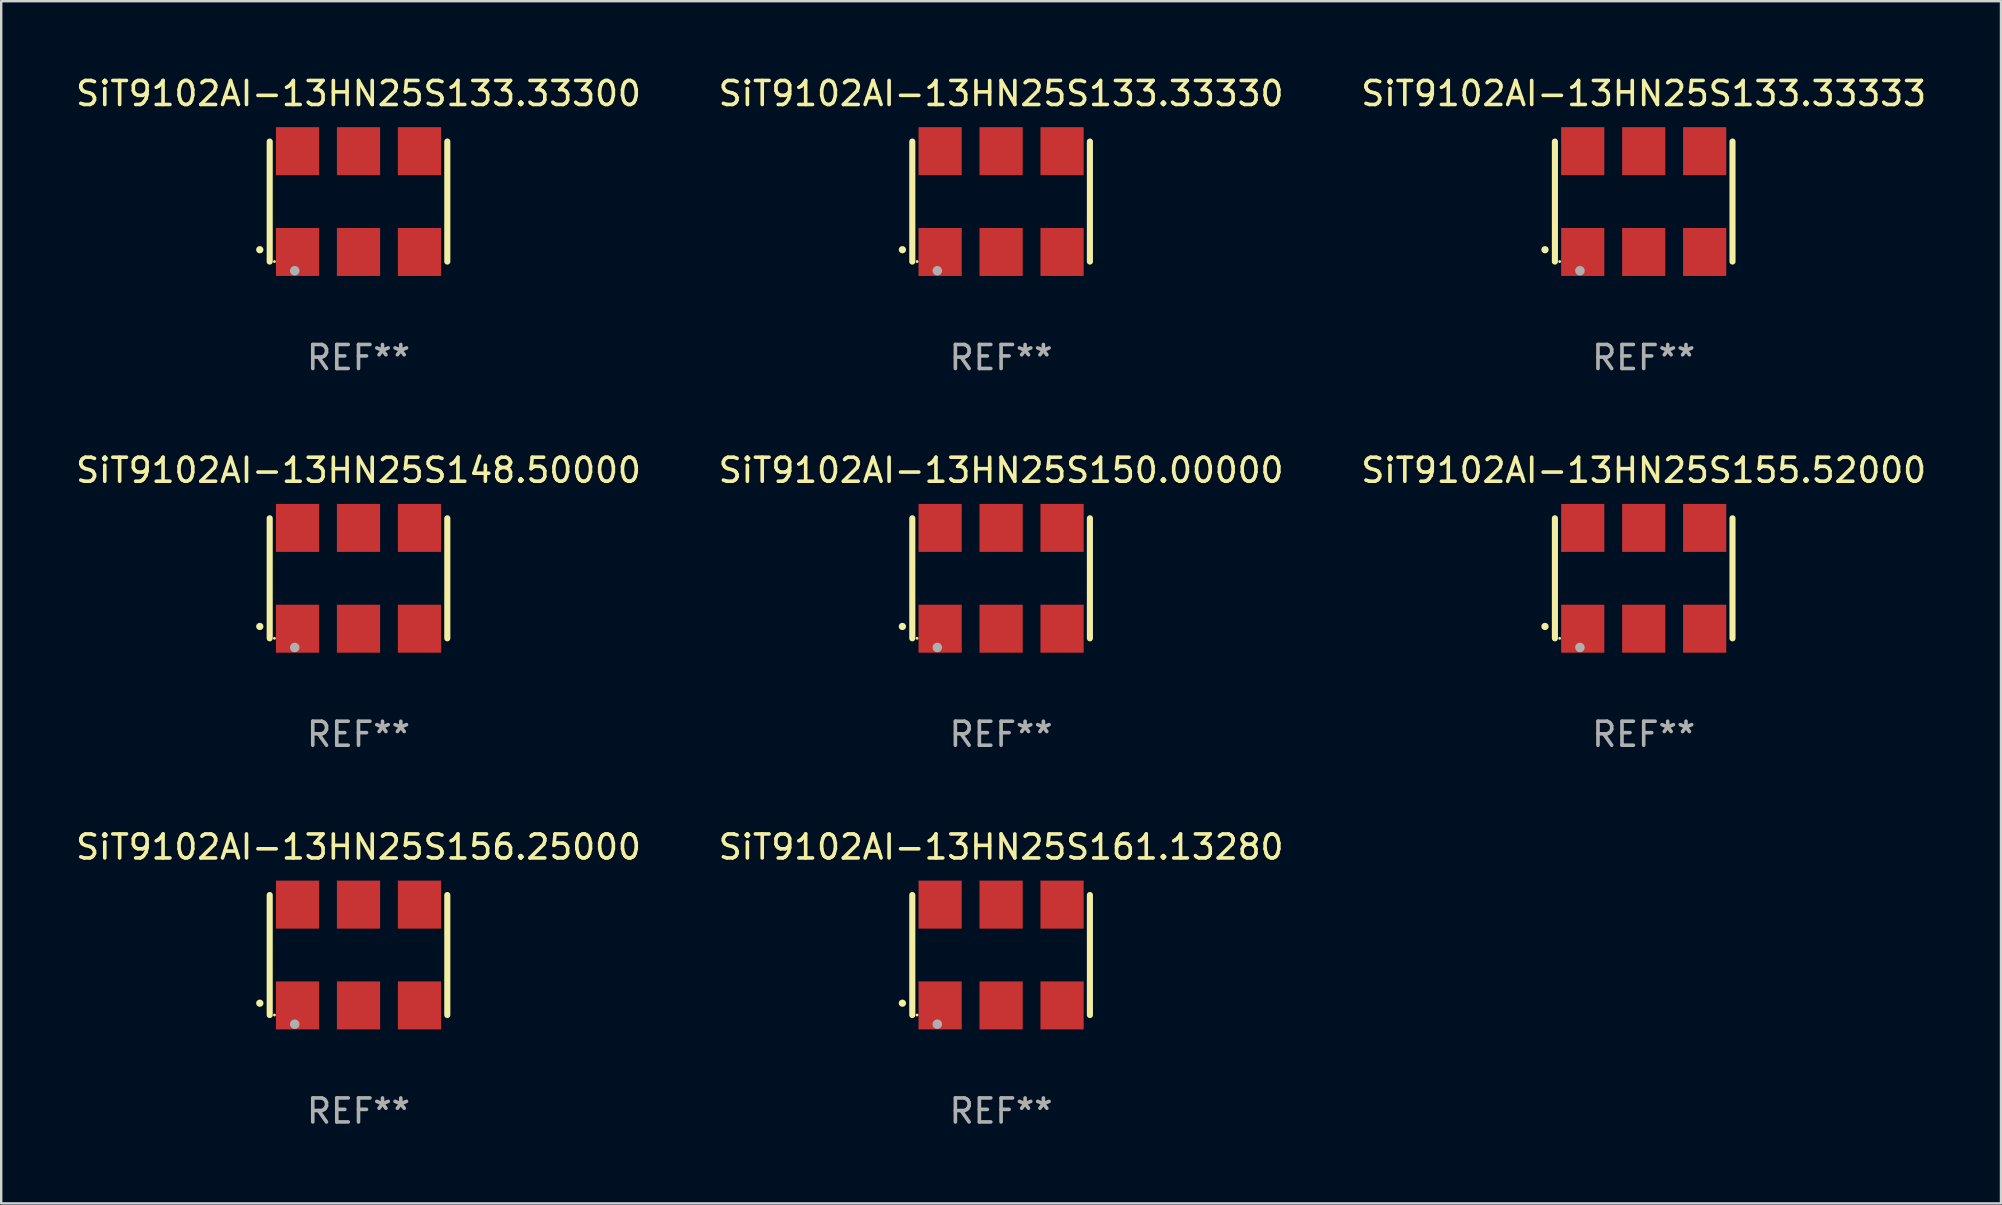
<source format=kicad_pcb>
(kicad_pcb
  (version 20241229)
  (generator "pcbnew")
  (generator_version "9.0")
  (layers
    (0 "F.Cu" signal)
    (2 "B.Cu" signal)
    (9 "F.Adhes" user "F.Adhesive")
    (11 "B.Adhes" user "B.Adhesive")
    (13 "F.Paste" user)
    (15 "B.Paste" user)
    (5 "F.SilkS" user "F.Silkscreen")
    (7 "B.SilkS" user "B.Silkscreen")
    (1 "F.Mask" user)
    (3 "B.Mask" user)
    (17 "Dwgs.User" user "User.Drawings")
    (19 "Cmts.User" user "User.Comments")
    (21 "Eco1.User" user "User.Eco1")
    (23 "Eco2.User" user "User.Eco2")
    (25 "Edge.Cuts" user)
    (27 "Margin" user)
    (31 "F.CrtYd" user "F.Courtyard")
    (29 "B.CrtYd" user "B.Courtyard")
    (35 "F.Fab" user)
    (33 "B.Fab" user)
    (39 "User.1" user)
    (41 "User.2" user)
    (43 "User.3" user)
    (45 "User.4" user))
  (footprint "SiT9102AI-13HN25S161.13280"
    (layer "F.Cu")
    (at 38.661 36.741)
    (property "Reference" "SiT9102AI-13HN25S161.13280" (at 0 -4.5 0) (layer "F.SilkS") (effects (font (size 1 1) (thickness 0.15))))
    (attr through_hole)
    (fp_line (start -3.7 -2.5) (end -3.7 2.5) (stroke (width 0.254) (type solid)) (layer "F.SilkS"))
    (fp_line (start 3.7 -2.5) (end 3.7 2.5) (stroke (width 0.254) (type solid)) (layer "F.SilkS"))
    (fp_arc (start -4.114415 2.006604) (mid -4.113145 2.006599) (end -4.111875 2.006604) (stroke (width 0.3) (type solid)) (layer "F.SilkS"))
    (fp_circle (center -3.502 2.5) (end -3.472 2.5) (stroke (width 0.06) (type solid)) (fill no) (layer "F.SilkS"))
    (fp_circle (center -2.657 2.882) (end -2.557 2.882) (stroke (width 0.2) (type solid)) (fill no) (layer "F.Fab"))
    (fp_text user "REF**" (at 0 6.5 0) (layer "F.Fab") (effects (font (size 1 1) (thickness 0.15))))
    (pad "1" smd rect (at -2.54 2.1) (size 1.8 2) (layers "F.Cu" "F.Mask" "F.Paste"))
    (pad "2" smd rect (at 0.000394 2.1) (size 1.8 2) (layers "F.Cu" "F.Mask" "F.Paste"))
    (pad "3" smd rect (at 2.54 2.1) (size 1.8 2) (layers "F.Cu" "F.Mask" "F.Paste"))
    (pad "4" smd rect (at 2.54 -2.1) (size 1.8 2) (layers "F.Cu" "F.Mask" "F.Paste"))
    (pad "5" smd rect (at 0.000394 -2.1) (size 1.8 2) (layers "F.Cu" "F.Mask" "F.Paste"))
    (pad "6" smd rect (at -2.54 -2.1) (size 1.8 2) (layers "F.Cu" "F.Mask" "F.Paste")))
  (footprint "SiT9102AI-13HN25S156.25000"
    (layer "F.Cu")
    (at 11.887 36.741)
    (property "Reference" "SiT9102AI-13HN25S156.25000" (at 0 -4.5 0) (layer "F.SilkS") (effects (font (size 1 1) (thickness 0.15))))
    (attr through_hole)
    (fp_line (start -3.7 -2.5) (end -3.7 2.5) (stroke (width 0.254) (type solid)) (layer "F.SilkS"))
    (fp_line (start 3.7 -2.5) (end 3.7 2.5) (stroke (width 0.254) (type solid)) (layer "F.SilkS"))
    (fp_arc (start -4.114415 2.006604) (mid -4.113145 2.006599) (end -4.111875 2.006604) (stroke (width 0.3) (type solid)) (layer "F.SilkS"))
    (fp_circle (center -3.502 2.5) (end -3.472 2.5) (stroke (width 0.06) (type solid)) (fill no) (layer "F.SilkS"))
    (fp_circle (center -2.657 2.882) (end -2.557 2.882) (stroke (width 0.2) (type solid)) (fill no) (layer "F.Fab"))
    (fp_text user "REF**" (at 0 6.5 0) (layer "F.Fab") (effects (font (size 1 1) (thickness 0.15))))
    (pad "1" smd rect (at -2.54 2.1) (size 1.8 2) (layers "F.Cu" "F.Mask" "F.Paste"))
    (pad "2" smd rect (at 0.000394 2.1) (size 1.8 2) (layers "F.Cu" "F.Mask" "F.Paste"))
    (pad "3" smd rect (at 2.54 2.1) (size 1.8 2) (layers "F.Cu" "F.Mask" "F.Paste"))
    (pad "4" smd rect (at 2.54 -2.1) (size 1.8 2) (layers "F.Cu" "F.Mask" "F.Paste"))
    (pad "5" smd rect (at 0.000394 -2.1) (size 1.8 2) (layers "F.Cu" "F.Mask" "F.Paste"))
    (pad "6" smd rect (at -2.54 -2.1) (size 1.8 2) (layers "F.Cu" "F.Mask" "F.Paste")))
  (footprint "SiT9102AI-13HN25S148.50000"
    (layer "F.Cu")
    (at 11.887 21.045)
    (property "Reference" "SiT9102AI-13HN25S148.50000" (at 0 -4.5 0) (layer "F.SilkS") (effects (font (size 1 1) (thickness 0.15))))
    (attr through_hole)
    (fp_line (start -3.7 -2.5) (end -3.7 2.5) (stroke (width 0.254) (type solid)) (layer "F.SilkS"))
    (fp_line (start 3.7 -2.5) (end 3.7 2.5) (stroke (width 0.254) (type solid)) (layer "F.SilkS"))
    (fp_arc (start -4.114415 2.006604) (mid -4.113145 2.006599) (end -4.111875 2.006604) (stroke (width 0.3) (type solid)) (layer "F.SilkS"))
    (fp_circle (center -3.502 2.5) (end -3.472 2.5) (stroke (width 0.06) (type solid)) (fill no) (layer "F.SilkS"))
    (fp_circle (center -2.657 2.882) (end -2.557 2.882) (stroke (width 0.2) (type solid)) (fill no) (layer "F.Fab"))
    (fp_text user "REF**" (at 0 6.5 0) (layer "F.Fab") (effects (font (size 1 1) (thickness 0.15))))
    (pad "1" smd rect (at -2.54 2.1) (size 1.8 2) (layers "F.Cu" "F.Mask" "F.Paste"))
    (pad "2" smd rect (at 0.000394 2.1) (size 1.8 2) (layers "F.Cu" "F.Mask" "F.Paste"))
    (pad "3" smd rect (at 2.54 2.1) (size 1.8 2) (layers "F.Cu" "F.Mask" "F.Paste"))
    (pad "4" smd rect (at 2.54 -2.1) (size 1.8 2) (layers "F.Cu" "F.Mask" "F.Paste"))
    (pad "5" smd rect (at 0.000394 -2.1) (size 1.8 2) (layers "F.Cu" "F.Mask" "F.Paste"))
    (pad "6" smd rect (at -2.54 -2.1) (size 1.8 2) (layers "F.Cu" "F.Mask" "F.Paste")))
  (footprint "SiT9102AI-13HN25S150.00000"
    (layer "F.Cu")
    (at 38.661 21.045)
    (property "Reference" "SiT9102AI-13HN25S150.00000" (at 0 -4.5 0) (layer "F.SilkS") (effects (font (size 1 1) (thickness 0.15))))
    (attr through_hole)
    (fp_line (start -3.7 -2.5) (end -3.7 2.5) (stroke (width 0.254) (type solid)) (layer "F.SilkS"))
    (fp_line (start 3.7 -2.5) (end 3.7 2.5) (stroke (width 0.254) (type solid)) (layer "F.SilkS"))
    (fp_arc (start -4.114415 2.006604) (mid -4.113145 2.006599) (end -4.111875 2.006604) (stroke (width 0.3) (type solid)) (layer "F.SilkS"))
    (fp_circle (center -3.502 2.5) (end -3.472 2.5) (stroke (width 0.06) (type solid)) (fill no) (layer "F.SilkS"))
    (fp_circle (center -2.657 2.882) (end -2.557 2.882) (stroke (width 0.2) (type solid)) (fill no) (layer "F.Fab"))
    (fp_text user "REF**" (at 0 6.5 0) (layer "F.Fab") (effects (font (size 1 1) (thickness 0.15))))
    (pad "1" smd rect (at -2.54 2.1) (size 1.8 2) (layers "F.Cu" "F.Mask" "F.Paste"))
    (pad "2" smd rect (at 0.000394 2.1) (size 1.8 2) (layers "F.Cu" "F.Mask" "F.Paste"))
    (pad "3" smd rect (at 2.54 2.1) (size 1.8 2) (layers "F.Cu" "F.Mask" "F.Paste"))
    (pad "4" smd rect (at 2.54 -2.1) (size 1.8 2) (layers "F.Cu" "F.Mask" "F.Paste"))
    (pad "5" smd rect (at 0.000394 -2.1) (size 1.8 2) (layers "F.Cu" "F.Mask" "F.Paste"))
    (pad "6" smd rect (at -2.54 -2.1) (size 1.8 2) (layers "F.Cu" "F.Mask" "F.Paste")))
  (footprint "SiT9102AI-13HN25S133.33300"
    (layer "F.Cu")
    (at 11.887 5.348)
    (property "Reference" "SiT9102AI-13HN25S133.33300" (at 0 -4.5 0) (layer "F.SilkS") (effects (font (size 1 1) (thickness 0.15))))
    (attr through_hole)
    (fp_line (start -3.7 -2.5) (end -3.7 2.5) (stroke (width 0.254) (type solid)) (layer "F.SilkS"))
    (fp_line (start 3.7 -2.5) (end 3.7 2.5) (stroke (width 0.254) (type solid)) (layer "F.SilkS"))
    (fp_arc (start -4.114415 2.006604) (mid -4.113145 2.006599) (end -4.111875 2.006604) (stroke (width 0.3) (type solid)) (layer "F.SilkS"))
    (fp_circle (center -3.502 2.5) (end -3.472 2.5) (stroke (width 0.06) (type solid)) (fill no) (layer "F.SilkS"))
    (fp_circle (center -2.657 2.882) (end -2.557 2.882) (stroke (width 0.2) (type solid)) (fill no) (layer "F.Fab"))
    (fp_text user "REF**" (at 0 6.5 0) (layer "F.Fab") (effects (font (size 1 1) (thickness 0.15))))
    (pad "1" smd rect (at -2.54 2.1) (size 1.8 2) (layers "F.Cu" "F.Mask" "F.Paste"))
    (pad "2" smd rect (at 0.000394 2.1) (size 1.8 2) (layers "F.Cu" "F.Mask" "F.Paste"))
    (pad "3" smd rect (at 2.54 2.1) (size 1.8 2) (layers "F.Cu" "F.Mask" "F.Paste"))
    (pad "4" smd rect (at 2.54 -2.1) (size 1.8 2) (layers "F.Cu" "F.Mask" "F.Paste"))
    (pad "5" smd rect (at 0.000394 -2.1) (size 1.8 2) (layers "F.Cu" "F.Mask" "F.Paste"))
    (pad "6" smd rect (at -2.54 -2.1) (size 1.8 2) (layers "F.Cu" "F.Mask" "F.Paste")))
  (footprint "SiT9102AI-13HN25S133.33333"
    (layer "F.Cu")
    (at 65.435 5.348)
    (property "Reference" "SiT9102AI-13HN25S133.33333" (at 0 -4.5 0) (layer "F.SilkS") (effects (font (size 1 1) (thickness 0.15))))
    (attr through_hole)
    (fp_line (start -3.7 -2.5) (end -3.7 2.5) (stroke (width 0.254) (type solid)) (layer "F.SilkS"))
    (fp_line (start 3.7 -2.5) (end 3.7 2.5) (stroke (width 0.254) (type solid)) (layer "F.SilkS"))
    (fp_arc (start -4.114415 2.006604) (mid -4.113145 2.006599) (end -4.111875 2.006604) (stroke (width 0.3) (type solid)) (layer "F.SilkS"))
    (fp_circle (center -3.502 2.5) (end -3.472 2.5) (stroke (width 0.06) (type solid)) (fill no) (layer "F.SilkS"))
    (fp_circle (center -2.657 2.882) (end -2.557 2.882) (stroke (width 0.2) (type solid)) (fill no) (layer "F.Fab"))
    (fp_text user "REF**" (at 0 6.5 0) (layer "F.Fab") (effects (font (size 1 1) (thickness 0.15))))
    (pad "1" smd rect (at -2.54 2.1) (size 1.8 2) (layers "F.Cu" "F.Mask" "F.Paste"))
    (pad "2" smd rect (at 0.000394 2.1) (size 1.8 2) (layers "F.Cu" "F.Mask" "F.Paste"))
    (pad "3" smd rect (at 2.54 2.1) (size 1.8 2) (layers "F.Cu" "F.Mask" "F.Paste"))
    (pad "4" smd rect (at 2.54 -2.1) (size 1.8 2) (layers "F.Cu" "F.Mask" "F.Paste"))
    (pad "5" smd rect (at 0.000394 -2.1) (size 1.8 2) (layers "F.Cu" "F.Mask" "F.Paste"))
    (pad "6" smd rect (at -2.54 -2.1) (size 1.8 2) (layers "F.Cu" "F.Mask" "F.Paste")))
  (footprint "SiT9102AI-13HN25S133.33330"
    (layer "F.Cu")
    (at 38.661 5.348)
    (property "Reference" "SiT9102AI-13HN25S133.33330" (at 0 -4.5 0) (layer "F.SilkS") (effects (font (size 1 1) (thickness 0.15))))
    (attr through_hole)
    (fp_line (start -3.7 -2.5) (end -3.7 2.5) (stroke (width 0.254) (type solid)) (layer "F.SilkS"))
    (fp_line (start 3.7 -2.5) (end 3.7 2.5) (stroke (width 0.254) (type solid)) (layer "F.SilkS"))
    (fp_arc (start -4.114415 2.006604) (mid -4.113145 2.006599) (end -4.111875 2.006604) (stroke (width 0.3) (type solid)) (layer "F.SilkS"))
    (fp_circle (center -3.502 2.5) (end -3.472 2.5) (stroke (width 0.06) (type solid)) (fill no) (layer "F.SilkS"))
    (fp_circle (center -2.657 2.882) (end -2.557 2.882) (stroke (width 0.2) (type solid)) (fill no) (layer "F.Fab"))
    (fp_text user "REF**" (at 0 6.5 0) (layer "F.Fab") (effects (font (size 1 1) (thickness 0.15))))
    (pad "1" smd rect (at -2.54 2.1) (size 1.8 2) (layers "F.Cu" "F.Mask" "F.Paste"))
    (pad "2" smd rect (at 0.000394 2.1) (size 1.8 2) (layers "F.Cu" "F.Mask" "F.Paste"))
    (pad "3" smd rect (at 2.54 2.1) (size 1.8 2) (layers "F.Cu" "F.Mask" "F.Paste"))
    (pad "4" smd rect (at 2.54 -2.1) (size 1.8 2) (layers "F.Cu" "F.Mask" "F.Paste"))
    (pad "5" smd rect (at 0.000394 -2.1) (size 1.8 2) (layers "F.Cu" "F.Mask" "F.Paste"))
    (pad "6" smd rect (at -2.54 -2.1) (size 1.8 2) (layers "F.Cu" "F.Mask" "F.Paste")))
  (footprint "SiT9102AI-13HN25S155.52000"
    (layer "F.Cu")
    (at 65.435 21.045)
    (property "Reference" "SiT9102AI-13HN25S155.52000" (at 0 -4.5 0) (layer "F.SilkS") (effects (font (size 1 1) (thickness 0.15))))
    (attr through_hole)
    (fp_line (start -3.7 -2.5) (end -3.7 2.5) (stroke (width 0.254) (type solid)) (layer "F.SilkS"))
    (fp_line (start 3.7 -2.5) (end 3.7 2.5) (stroke (width 0.254) (type solid)) (layer "F.SilkS"))
    (fp_arc (start -4.114415 2.006604) (mid -4.113145 2.006599) (end -4.111875 2.006604) (stroke (width 0.3) (type solid)) (layer "F.SilkS"))
    (fp_circle (center -3.502 2.5) (end -3.472 2.5) (stroke (width 0.06) (type solid)) (fill no) (layer "F.SilkS"))
    (fp_circle (center -2.657 2.882) (end -2.557 2.882) (stroke (width 0.2) (type solid)) (fill no) (layer "F.Fab"))
    (fp_text user "REF**" (at 0 6.5 0) (layer "F.Fab") (effects (font (size 1 1) (thickness 0.15))))
    (pad "1" smd rect (at -2.54 2.1) (size 1.8 2) (layers "F.Cu" "F.Mask" "F.Paste"))
    (pad "2" smd rect (at 0.000394 2.1) (size 1.8 2) (layers "F.Cu" "F.Mask" "F.Paste"))
    (pad "3" smd rect (at 2.54 2.1) (size 1.8 2) (layers "F.Cu" "F.Mask" "F.Paste"))
    (pad "4" smd rect (at 2.54 -2.1) (size 1.8 2) (layers "F.Cu" "F.Mask" "F.Paste"))
    (pad "5" smd rect (at 0.000394 -2.1) (size 1.8 2) (layers "F.Cu" "F.Mask" "F.Paste"))
    (pad "6" smd rect (at -2.54 -2.1) (size 1.8 2) (layers "F.Cu" "F.Mask" "F.Paste")))
  (gr_rect
    (start -3 -3)
    (end 80.321 47.09)
    (stroke (width 0.1) (type default))
    (fill no)
    (layer "Edge.Cuts")))
</source>
